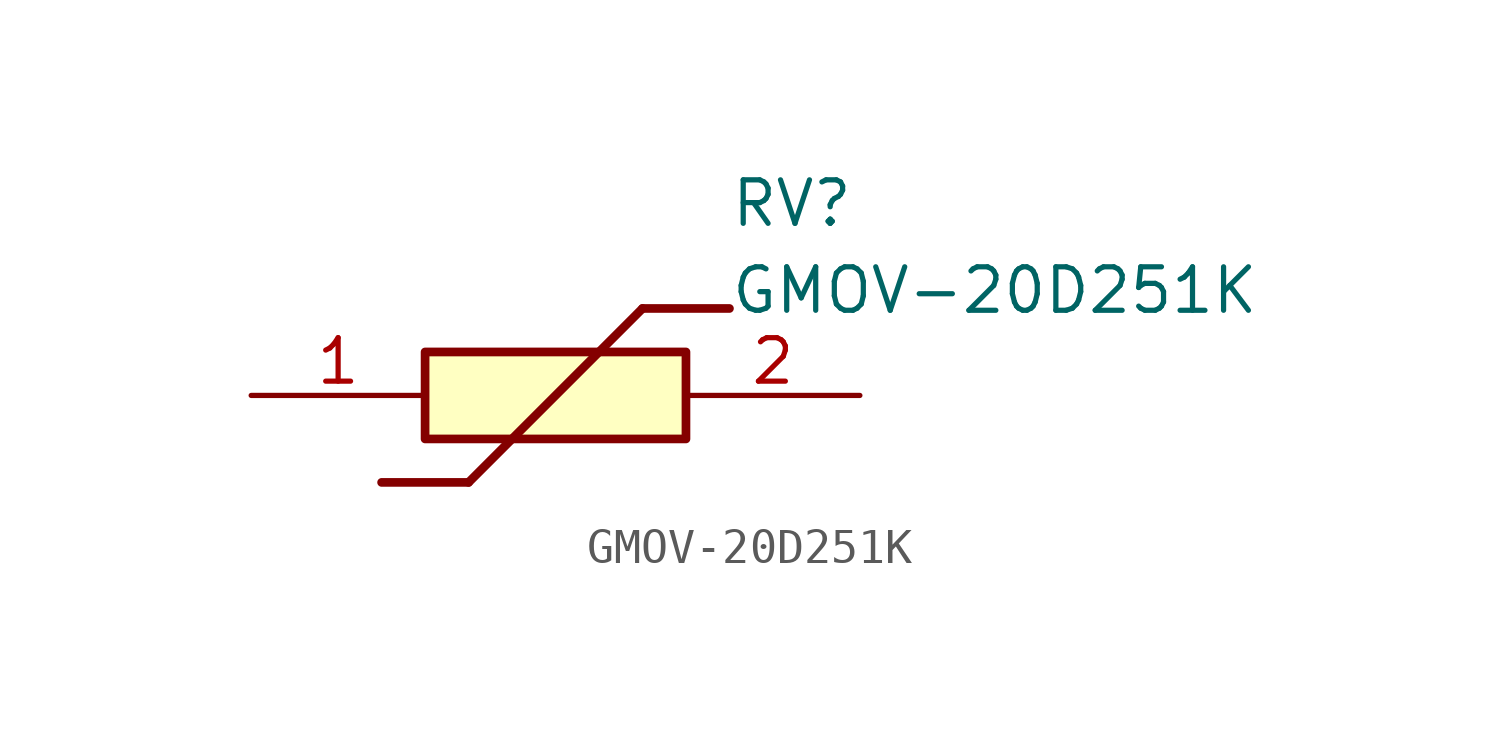
<source format=kicad_sym>
(kicad_symbol_lib
  (version 20211014)
  (generator SamacSys_ECAD_Model)
  (symbol "GMOV-20D251K"
    (pin_names hide)
    (property "Reference" "RV"
      (at 13.97 6.35 0)
      (effects (font (size 1.27 1.27)) (justify left top)))
    (property "Value" "GMOV-20D251K"
      (at 13.97 3.81 0)
      (effects (font (size 1.27 1.27)) (justify left top)))
    (rectangle
      (start 5.08 1.27)
      (end 12.7 -1.27)
      (stroke (width 0.254) (type default))
      (fill (type background)))
    (polyline
      (pts (xy 3.81 -2.54) (xy 6.35 -2.54))
      (stroke (width 0.254) (type default))
      (fill (type none)))
    (polyline
      (pts (xy 11.43 2.54) (xy 6.35 -2.54))
      (stroke (width 0.254) (type default))
      (fill (type none)))
    (polyline
      (pts (xy 11.43 2.54) (xy 13.97 2.54))
      (stroke (width 0.254) (type default))
      (fill (type none)))
    (pin passive line
      (at 0 0 0)
      (length 5.08)
      (name "1" (effects (font (size 1.27 1.27))))
      (number "1" (effects (font (size 1.27 1.27)))))
    (pin passive line
      (at 17.78 0 180)
      (length 5.08)
      (name "2" (effects (font (size 1.27 1.27))))
      (number "2" (effects (font (size 1.27 1.27)))))))
</source>
